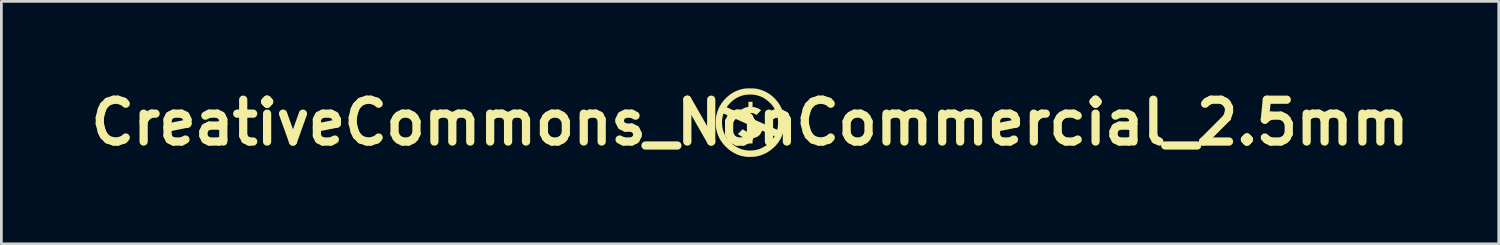
<source format=kicad_pcb>
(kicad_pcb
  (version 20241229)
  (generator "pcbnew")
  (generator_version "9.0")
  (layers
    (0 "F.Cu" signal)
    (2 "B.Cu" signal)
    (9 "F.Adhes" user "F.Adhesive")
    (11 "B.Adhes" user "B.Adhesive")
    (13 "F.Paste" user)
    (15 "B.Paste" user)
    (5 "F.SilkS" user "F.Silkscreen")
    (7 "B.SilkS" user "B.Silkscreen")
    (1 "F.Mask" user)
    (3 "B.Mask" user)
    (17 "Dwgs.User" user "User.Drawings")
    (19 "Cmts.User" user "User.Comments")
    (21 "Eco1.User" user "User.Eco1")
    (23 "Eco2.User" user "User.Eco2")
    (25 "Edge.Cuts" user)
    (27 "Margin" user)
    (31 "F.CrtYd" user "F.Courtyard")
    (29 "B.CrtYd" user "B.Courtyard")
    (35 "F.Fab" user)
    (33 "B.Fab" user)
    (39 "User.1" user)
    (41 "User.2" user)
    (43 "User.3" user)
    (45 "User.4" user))
  (footprint "CreativeCommons_NonCommercial_2.5mm"
    (layer "F.Cu")
    (at 24.282 1.418)
    (property "Reference" "CreativeCommons_NonCommercial_2.5mm" (at 0 0 0) (layer "F.SilkS") (effects (font (size 1.524 1.524) (thickness 0.3))))
    (attr board_only exclude_from_pos_files exclude_from_bom)
    (fp_poly (pts (xy 0.055 -1.247) (xy 0.099 -1.246) (xy 0.137 -1.245) (xy 0.171 -1.242) (xy 0.202 -1.239) (xy 0.233 -1.234) (xy 0.266 -1.227) (xy 0.301 -1.22) (xy 0.317 -1.216) (xy 0.417 -1.187) (xy 0.513 -1.149) (xy 0.605 -1.104) (xy 0.694 -1.05) (xy 0.778 -0.989) (xy 0.858 -0.92) (xy 0.932 -0.844) (xy 0.94 -0.835) (xy 1.006 -0.755) (xy 1.064 -0.673) (xy 1.113 -0.589) (xy 1.155 -0.501) (xy 1.189 -0.409) (xy 1.217 -0.312) (xy 1.237 -0.21) (xy 1.24 -0.195) (xy 1.243 -0.17) (xy 1.245 -0.137) (xy 1.247 -0.099) (xy 1.248 -0.057) (xy 1.248 -0.012) (xy 1.248 0.033) (xy 1.247 0.076) (xy 1.246 0.117) (xy 1.244 0.153) (xy 1.241 0.182) (xy 1.24 0.194) (xy 1.22 0.3) (xy 1.192 0.4) (xy 1.157 0.496) (xy 1.115 0.586) (xy 1.064 0.672) (xy 1.006 0.754) (xy 0.939 0.833) (xy 0.865 0.908) (xy 0.837 0.932) (xy 0.752 1.002) (xy 0.664 1.063) (xy 0.574 1.115) (xy 0.48 1.159) (xy 0.383 1.194) (xy 0.283 1.221) (xy 0.18 1.24) (xy 0.152 1.243) (xy 0.133 1.245) (xy 0.107 1.246) (xy 0.076 1.248) (xy 0.043 1.249) (xy 0.009 1.249) (xy -0.025 1.25) (xy -0.057 1.25) (xy -0.085 1.249) (xy -0.107 1.248) (xy -0.122 1.247) (xy -0.123 1.247) (xy -0.132 1.246) (xy -0.148 1.244) (xy -0.167 1.241) (xy -0.175 1.241) (xy -0.274 1.224) (xy -0.37 1.199) (xy -0.465 1.165) (xy -0.557 1.122) (xy -0.646 1.071) (xy -0.732 1.012) (xy -0.815 0.945) (xy -0.882 0.882) (xy -0.956 0.803) (xy -1.021 0.721) (xy -1.078 0.637) (xy -1.126 0.549) (xy -1.167 0.458) (xy -1.2 0.363) (xy -1.226 0.263) (xy -1.242 0.175) (xy -1.244 0.152) (xy -1.246 0.122) (xy -1.247 0.086) (xy -1.248 0.046) (xy -1.248 0.004) (xy -1.248 -0.014) (xy -1.022 -0.014) (xy -1.021 0.04) (xy -1.013 0.135) (xy -0.997 0.225) (xy -0.974 0.311) (xy -0.942 0.394) (xy -0.903 0.474) (xy -0.854 0.552) (xy -0.819 0.602) (xy -0.798 0.628) (xy -0.772 0.657) (xy -0.742 0.689) (xy -0.711 0.721) (xy -0.679 0.752) (xy -0.648 0.78) (xy -0.621 0.803) (xy -0.608 0.813) (xy -0.529 0.867) (xy -0.449 0.912) (xy -0.365 0.949) (xy -0.279 0.979) (xy -0.189 1) (xy -0.094 1.014) (xy -0.077 1.015) (xy -0.057 1.016) (xy -0.03 1.017) (xy 0.001 1.016) (xy 0.036 1.015) (xy 0.07 1.014) (xy 0.103 1.012) (xy 0.132 1.009) (xy 0.154 1.007) (xy 0.155 1.007) (xy 0.246 0.989) (xy 0.333 0.964) (xy 0.418 0.93) (xy 0.499 0.888) (xy 0.579 0.837) (xy 0.613 0.813) (xy 0.639 0.792) (xy 0.669 0.765) (xy 0.702 0.735) (xy 0.734 0.704) (xy 0.766 0.672) (xy 0.794 0.642) (xy 0.816 0.615) (xy 0.818 0.614) (xy 0.836 0.59) (xy 0.853 0.567) (xy 0.868 0.545) (xy 0.88 0.526) (xy 0.888 0.511) (xy 0.893 0.5) (xy 0.893 0.496) (xy 0.888 0.493) (xy 0.876 0.488) (xy 0.858 0.48) (xy 0.834 0.469) (xy 0.805 0.456) (xy 0.773 0.441) (xy 0.738 0.426) (xy 0.702 0.409) (xy 0.664 0.392) (xy 0.626 0.375) (xy 0.589 0.359) (xy 0.555 0.344) (xy 0.523 0.329) (xy 0.494 0.317) (xy 0.471 0.306) (xy 0.452 0.298) (xy 0.441 0.294) (xy 0.438 0.292) (xy 0.434 0.295) (xy 0.429 0.306) (xy 0.425 0.317) (xy 0.409 0.359) (xy 0.385 0.4) (xy 0.356 0.439) (xy 0.323 0.473) (xy 0.295 0.495) (xy 0.254 0.519) (xy 0.209 0.539) (xy 0.164 0.554) (xy 0.121 0.563) (xy 0.12 0.563) (xy 0.093 0.566) (xy 0.092 0.663) (xy 0.091 0.759) (xy -0.059 0.759) (xy -0.059 0.569) (xy -0.09 0.566) (xy -0.137 0.56) (xy -0.183 0.551) (xy -0.224 0.54) (xy -0.23 0.538) (xy -0.264 0.525) (xy -0.302 0.508) (xy -0.34 0.487) (xy -0.376 0.465) (xy -0.402 0.447) (xy -0.442 0.417) (xy -0.413 0.387) (xy -0.385 0.358) (xy -0.358 0.331) (xy -0.334 0.306) (xy -0.312 0.284) (xy -0.294 0.265) (xy -0.28 0.252) (xy -0.27 0.243) (xy -0.267 0.241) (xy -0.262 0.244) (xy -0.251 0.251) (xy -0.238 0.261) (xy -0.231 0.266) (xy -0.182 0.299) (xy -0.129 0.324) (xy -0.075 0.341) (xy -0.019 0.35) (xy 0.005 0.351) (xy 0.049 0.348) (xy 0.086 0.34) (xy 0.116 0.327) (xy 0.14 0.308) (xy 0.155 0.284) (xy 0.164 0.254) (xy 0.166 0.234) (xy 0.165 0.215) (xy 0.163 0.202) (xy 0.158 0.19) (xy 0.152 0.18) (xy 0.147 0.172) (xy 0.143 0.166) (xy 0.136 0.161) (xy 0.128 0.155) (xy 0.115 0.149) (xy 0.098 0.14) (xy 0.074 0.13) (xy 0.052 0.121) (xy 0.037 0.114) (xy 0.022 0.107) (xy 0.006 0.101) (xy -0.01 0.093) (xy -0.028 0.086) (xy -0.048 0.077) (xy -0.07 0.067) (xy -0.094 0.056) (xy -0.122 0.044) (xy -0.154 0.03) (xy -0.191 0.013) (xy -0.232 -0.005) (xy -0.278 -0.026) (xy -0.33 -0.049) (xy -0.388 -0.075) (xy -0.453 -0.104) (xy -0.526 -0.136) (xy -0.606 -0.172) (xy -0.619 -0.178) (xy -0.672 -0.202) (xy -0.722 -0.224) (xy -0.77 -0.245) (xy -0.813 -0.264) (xy -0.853 -0.282) (xy -0.887 -0.297) (xy -0.916 -0.31) (xy -0.939 -0.32) (xy -0.955 -0.327) (xy -0.964 -0.331) (xy -0.966 -0.332) (xy -0.968 -0.328) (xy -0.973 -0.316) (xy -0.978 -0.299) (xy -0.984 -0.278) (xy -0.99 -0.255) (xy -0.996 -0.23) (xy -1.001 -0.207) (xy -1.002 -0.203) (xy -1.012 -0.142) (xy -1.019 -0.078) (xy -1.022 -0.014) (xy -1.248 -0.014) (xy -1.248 -0.039) (xy -1.247 -0.08) (xy -1.245 -0.119) (xy -1.243 -0.153) (xy -1.241 -0.181) (xy -1.239 -0.193) (xy -1.219 -0.298) (xy -1.19 -0.399) (xy -1.152 -0.497) (xy -1.12 -0.563) (xy -0.847 -0.563) (xy -0.847 -0.559) (xy -0.842 -0.556) (xy -0.83 -0.55) (xy -0.811 -0.542) (xy -0.787 -0.531) (xy -0.759 -0.518) (xy -0.726 -0.503) (xy -0.691 -0.487) (xy -0.654 -0.47) (xy -0.616 -0.453) (xy -0.578 -0.436) (xy -0.541 -0.419) (xy -0.505 -0.403) (xy -0.473 -0.389) (xy -0.444 -0.376) (xy -0.419 -0.365) (xy -0.4 -0.357) (xy -0.388 -0.352) (xy -0.382 -0.35) (xy -0.382 -0.35) (xy -0.379 -0.354) (xy -0.375 -0.364) (xy -0.373 -0.368) (xy -0.366 -0.384) (xy -0.355 -0.405) (xy -0.34 -0.427) (xy -0.324 -0.448) (xy -0.309 -0.466) (xy -0.302 -0.472) (xy -0.266 -0.501) (xy -0.224 -0.526) (xy -0.192 -0.54) (xy -0.167 -0.549) (xy -0.141 -0.556) (xy -0.114 -0.562) (xy -0.091 -0.567) (xy -0.073 -0.568) (xy -0.059 -0.568) (xy -0.059 -0.759) (xy 0.091 -0.759) (xy 0.091 -0.57) (xy 0.133 -0.565) (xy 0.197 -0.553) (xy 0.259 -0.532) (xy 0.307 -0.511) (xy 0.331 -0.498) (xy 0.354 -0.486) (xy 0.373 -0.474) (xy 0.388 -0.463) (xy 0.398 -0.455) (xy 0.4 -0.451) (xy 0.397 -0.447) (xy 0.388 -0.437) (xy 0.375 -0.423) (xy 0.358 -0.405) (xy 0.338 -0.384) (xy 0.319 -0.364) (xy 0.238 -0.28) (xy 0.207 -0.299) (xy 0.155 -0.325) (xy 0.104 -0.343) (xy 0.053 -0.353) (xy 0.003 -0.353) (xy -0.036 -0.347) (xy -0.066 -0.338) (xy -0.09 -0.325) (xy -0.108 -0.31) (xy -0.115 -0.299) (xy -0.12 -0.283) (xy -0.122 -0.265) (xy -0.122 -0.248) (xy -0.118 -0.236) (xy -0.117 -0.235) (xy -0.116 -0.234) (xy -0.114 -0.233) (xy -0.11 -0.23) (xy -0.105 -0.228) (xy -0.097 -0.224) (xy -0.087 -0.219) (xy -0.074 -0.213) (xy -0.058 -0.205) (xy -0.039 -0.196) (xy -0.015 -0.186) (xy 0.013 -0.173) (xy 0.046 -0.158) (xy 0.083 -0.141) (xy 0.126 -0.122) (xy 0.175 -0.1) (xy 0.23 -0.076) (xy 0.291 -0.048) (xy 0.36 -0.018) (xy 0.435 0.016) (xy 0.518 0.053) (xy 0.602 0.09) (xy 0.672 0.121) (xy 0.733 0.149) (xy 0.787 0.172) (xy 0.834 0.193) (xy 0.873 0.21) (xy 0.907 0.225) (xy 0.934 0.236) (xy 0.956 0.245) (xy 0.972 0.251) (xy 0.983 0.255) (xy 0.99 0.257) (xy 0.992 0.257) (xy 0.994 0.25) (xy 0.997 0.237) (xy 1.001 0.218) (xy 1.005 0.197) (xy 1.017 0.101) (xy 1.022 0.005) (xy 1.018 -0.09) (xy 1.007 -0.182) (xy 0.987 -0.272) (xy 0.961 -0.358) (xy 0.926 -0.441) (xy 0.885 -0.518) (xy 0.865 -0.55) (xy 0.837 -0.591) (xy 0.809 -0.628) (xy 0.78 -0.662) (xy 0.748 -0.698) (xy 0.718 -0.727) (xy 0.646 -0.793) (xy 0.571 -0.851) (xy 0.494 -0.9) (xy 0.413 -0.941) (xy 0.328 -0.973) (xy 0.24 -0.998) (xy 0.147 -1.015) (xy 0.139 -1.016) (xy 0.079 -1.021) (xy 0.014 -1.023) (xy -0.053 -1.021) (xy -0.12 -1.016) (xy -0.184 -1.008) (xy -0.229 -1) (xy -0.31 -0.977) (xy -0.39 -0.947) (xy -0.469 -0.91) (xy -0.544 -0.865) (xy -0.614 -0.816) (xy -0.639 -0.795) (xy -0.661 -0.776) (xy -0.684 -0.754) (xy -0.708 -0.73) (xy -0.733 -0.704) (xy -0.757 -0.678) (xy -0.78 -0.653) (xy -0.8 -0.628) (xy -0.818 -0.607) (xy -0.832 -0.588) (xy -0.842 -0.573) (xy -0.847 -0.563) (xy -1.12 -0.563) (xy -1.107 -0.591) (xy -1.053 -0.682) (xy -0.991 -0.768) (xy -0.92 -0.851) (xy -0.88 -0.893) (xy -0.801 -0.966) (xy -0.718 -1.03) (xy -0.631 -1.087) (xy -0.541 -1.135) (xy -0.447 -1.175) (xy -0.349 -1.207) (xy -0.266 -1.227) (xy -0.236 -1.233) (xy -0.21 -1.237) (xy -0.185 -1.241) (xy -0.161 -1.243) (xy -0.134 -1.245) (xy -0.105 -1.247) (xy -0.071 -1.247) (xy -0.031 -1.248) (xy 0.005 -1.248)) (stroke (width 0) (type solid)) (fill yes) (layer "F.SilkS")))
  (gr_rect
    (start -3 -3)
    (end 51.565 5.836)
    (stroke (width 0.1) (type default))
    (fill no)
    (layer "Edge.Cuts")))
</source>
